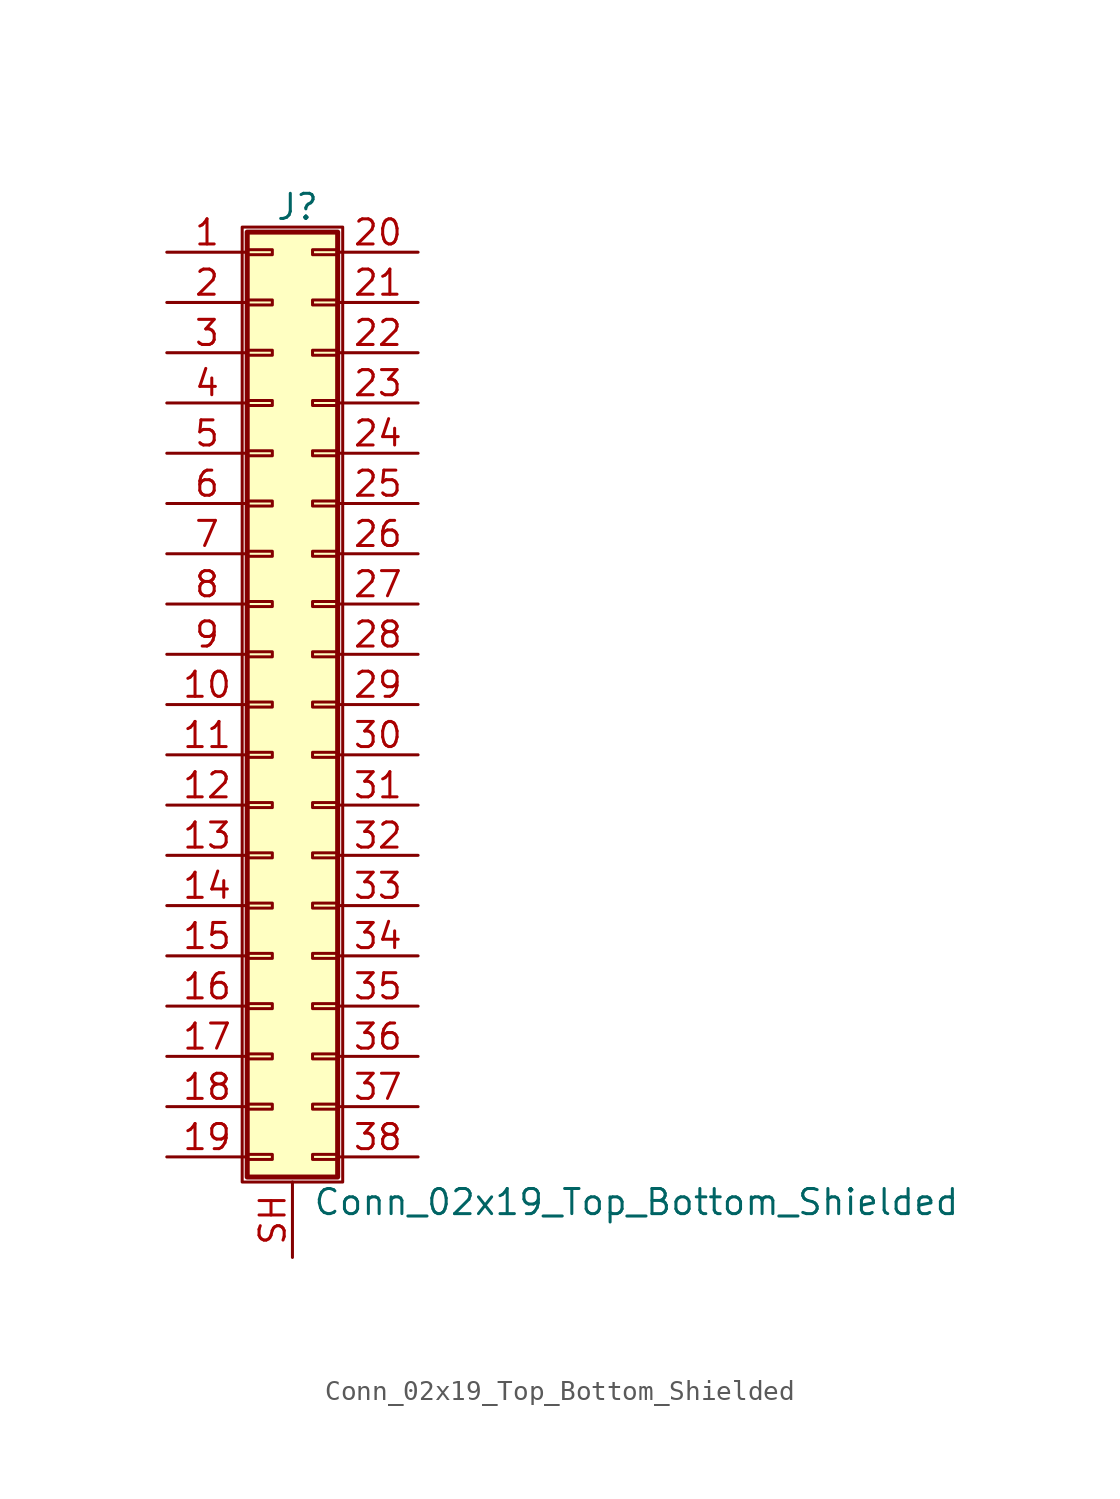
<source format=kicad_sym>
(kicad_symbol_lib
  (version 20211014)
  (generator kicad_symbol_editor)
  (symbol "Conn_02x19_Top_Bottom_Shielded"
    (pin_names
      (offset 1.016) hide)
    (property "Reference" "J"
      (at 1.524 25.146 0)
      (effects (font (size 1.27 1.27))))
    (property "Value" "Conn_02x19_Top_Bottom_Shielded"
      (at 2.286 -25.146 0)
      (effects (font (size 1.27 1.27)) (justify left)))
    (symbol "Conn_02x19_Top_Bottom_Shielded_1_1"
      (rectangle (start -1.27 24.13) (end 3.81 -24.13) (stroke (width 0.152) (type default) (color 0 0 0 0)) (fill (type none)))
      (rectangle (start -1.016 -22.733) (end 0.254 -22.987) (stroke (width 0.152) (type default) (color 0 0 0 0)) (fill (type none)))
      (rectangle (start -1.016 -20.193) (end 0.254 -20.447) (stroke (width 0.152) (type default) (color 0 0 0 0)) (fill (type none)))
      (rectangle (start -1.016 -17.653) (end 0.254 -17.907) (stroke (width 0.152) (type default) (color 0 0 0 0)) (fill (type none)))
      (rectangle (start -1.016 -15.113) (end 0.254 -15.367) (stroke (width 0.152) (type default) (color 0 0 0 0)) (fill (type none)))
      (rectangle (start -1.016 -12.573) (end 0.254 -12.827) (stroke (width 0.152) (type default) (color 0 0 0 0)) (fill (type none)))
      (rectangle (start -1.016 -10.033) (end 0.254 -10.287) (stroke (width 0.152) (type default) (color 0 0 0 0)) (fill (type none)))
      (rectangle (start -1.016 -7.493) (end 0.254 -7.747) (stroke (width 0.152) (type default) (color 0 0 0 0)) (fill (type none)))
      (rectangle (start -1.016 -4.953) (end 0.254 -5.207) (stroke (width 0.152) (type default) (color 0 0 0 0)) (fill (type none)))
      (rectangle (start -1.016 -2.413) (end 0.254 -2.667) (stroke (width 0.152) (type default) (color 0 0 0 0)) (fill (type none)))
      (rectangle (start -1.016 0.127) (end 0.254 -0.127) (stroke (width 0.152) (type default) (color 0 0 0 0)) (fill (type none)))
      (rectangle (start -1.016 2.667) (end 0.254 2.413) (stroke (width 0.152) (type default) (color 0 0 0 0)) (fill (type none)))
      (rectangle (start -1.016 5.207) (end 0.254 4.953) (stroke (width 0.152) (type default) (color 0 0 0 0)) (fill (type none)))
      (rectangle (start -1.016 7.747) (end 0.254 7.493) (stroke (width 0.152) (type default) (color 0 0 0 0)) (fill (type none)))
      (rectangle (start -1.016 10.287) (end 0.254 10.033) (stroke (width 0.152) (type default) (color 0 0 0 0)) (fill (type none)))
      (rectangle (start -1.016 12.827) (end 0.254 12.573) (stroke (width 0.152) (type default) (color 0 0 0 0)) (fill (type none)))
      (rectangle (start -1.016 15.367) (end 0.254 15.113) (stroke (width 0.152) (type default) (color 0 0 0 0)) (fill (type none)))
      (rectangle (start -1.016 17.907) (end 0.254 17.653) (stroke (width 0.152) (type default) (color 0 0 0 0)) (fill (type none)))
      (rectangle (start -1.016 20.447) (end 0.254 20.193) (stroke (width 0.152) (type default) (color 0 0 0 0)) (fill (type none)))
      (rectangle (start -1.016 22.987) (end 0.254 22.733) (stroke (width 0.152) (type default) (color 0 0 0 0)) (fill (type none)))
      (rectangle (start -1.016 23.876) (end 3.556 -23.876) (stroke (width 0.254) (type default) (color 0 0 0 0)) (fill (type background)))
      (rectangle (start 3.556 -22.733) (end 2.286 -22.987) (stroke (width 0.152) (type default) (color 0 0 0 0)) (fill (type none)))
      (rectangle (start 3.556 -20.193) (end 2.286 -20.447) (stroke (width 0.152) (type default) (color 0 0 0 0)) (fill (type none)))
      (rectangle (start 3.556 -17.653) (end 2.286 -17.907) (stroke (width 0.152) (type default) (color 0 0 0 0)) (fill (type none)))
      (rectangle (start 3.556 -15.113) (end 2.286 -15.367) (stroke (width 0.152) (type default) (color 0 0 0 0)) (fill (type none)))
      (rectangle (start 3.556 -12.573) (end 2.286 -12.827) (stroke (width 0.152) (type default) (color 0 0 0 0)) (fill (type none)))
      (rectangle (start 3.556 -10.033) (end 2.286 -10.287) (stroke (width 0.152) (type default) (color 0 0 0 0)) (fill (type none)))
      (rectangle (start 3.556 -7.493) (end 2.286 -7.747) (stroke (width 0.152) (type default) (color 0 0 0 0)) (fill (type none)))
      (rectangle (start 3.556 -4.953) (end 2.286 -5.207) (stroke (width 0.152) (type default) (color 0 0 0 0)) (fill (type none)))
      (rectangle (start 3.556 -2.413) (end 2.286 -2.667) (stroke (width 0.152) (type default) (color 0 0 0 0)) (fill (type none)))
      (rectangle (start 3.556 0.127) (end 2.286 -0.127) (stroke (width 0.152) (type default) (color 0 0 0 0)) (fill (type none)))
      (rectangle (start 3.556 2.667) (end 2.286 2.413) (stroke (width 0.152) (type default) (color 0 0 0 0)) (fill (type none)))
      (rectangle (start 3.556 5.207) (end 2.286 4.953) (stroke (width 0.152) (type default) (color 0 0 0 0)) (fill (type none)))
      (rectangle (start 3.556 7.747) (end 2.286 7.493) (stroke (width 0.152) (type default) (color 0 0 0 0)) (fill (type none)))
      (rectangle (start 3.556 10.287) (end 2.286 10.033) (stroke (width 0.152) (type default) (color 0 0 0 0)) (fill (type none)))
      (rectangle (start 3.556 12.827) (end 2.286 12.573) (stroke (width 0.152) (type default) (color 0 0 0 0)) (fill (type none)))
      (rectangle (start 3.556 15.367) (end 2.286 15.113) (stroke (width 0.152) (type default) (color 0 0 0 0)) (fill (type none)))
      (rectangle (start 3.556 17.907) (end 2.286 17.653) (stroke (width 0.152) (type default) (color 0 0 0 0)) (fill (type none)))
      (rectangle (start 3.556 20.447) (end 2.286 20.193) (stroke (width 0.152) (type default) (color 0 0 0 0)) (fill (type none)))
      (rectangle (start 3.556 22.987) (end 2.286 22.733) (stroke (width 0.152) (type default) (color 0 0 0 0)) (fill (type none)))
      (pin passive line (at -5.08 22.86 0) (length 4.064) (name "Pin_1" (effects (font (size 1.27 1.27)))) (number "1" (effects (font (size 1.27 1.27)))))
      (pin passive line (at -5.08 0 0) (length 4.064) (name "Pin_10" (effects (font (size 1.27 1.27)))) (number "10" (effects (font (size 1.27 1.27)))))
      (pin passive line (at -5.08 -2.54 0) (length 4.064) (name "Pin_11" (effects (font (size 1.27 1.27)))) (number "11" (effects (font (size 1.27 1.27)))))
      (pin passive line (at -5.08 -5.08 0) (length 4.064) (name "Pin_12" (effects (font (size 1.27 1.27)))) (number "12" (effects (font (size 1.27 1.27)))))
      (pin passive line (at -5.08 -7.62 0) (length 4.064) (name "Pin_13" (effects (font (size 1.27 1.27)))) (number "13" (effects (font (size 1.27 1.27)))))
      (pin passive line (at -5.08 -10.16 0) (length 4.064) (name "Pin_14" (effects (font (size 1.27 1.27)))) (number "14" (effects (font (size 1.27 1.27)))))
      (pin passive line (at -5.08 -12.7 0) (length 4.064) (name "Pin_15" (effects (font (size 1.27 1.27)))) (number "15" (effects (font (size 1.27 1.27)))))
      (pin passive line (at -5.08 -15.24 0) (length 4.064) (name "Pin_16" (effects (font (size 1.27 1.27)))) (number "16" (effects (font (size 1.27 1.27)))))
      (pin passive line (at -5.08 -17.78 0) (length 4.064) (name "Pin_17" (effects (font (size 1.27 1.27)))) (number "17" (effects (font (size 1.27 1.27)))))
      (pin passive line (at -5.08 -20.32 0) (length 4.064) (name "Pin_18" (effects (font (size 1.27 1.27)))) (number "18" (effects (font (size 1.27 1.27)))))
      (pin passive line (at -5.08 -22.86 0) (length 4.064) (name "Pin_19" (effects (font (size 1.27 1.27)))) (number "19" (effects (font (size 1.27 1.27)))))
      (pin passive line (at -5.08 20.32 0) (length 4.064) (name "Pin_2" (effects (font (size 1.27 1.27)))) (number "2" (effects (font (size 1.27 1.27)))))
      (pin passive line (at 7.62 22.86 180) (length 4.064) (name "Pin_20" (effects (font (size 1.27 1.27)))) (number "20" (effects (font (size 1.27 1.27)))))
      (pin passive line (at 7.62 20.32 180) (length 4.064) (name "Pin_21" (effects (font (size 1.27 1.27)))) (number "21" (effects (font (size 1.27 1.27)))))
      (pin passive line (at 7.62 17.78 180) (length 4.064) (name "Pin_22" (effects (font (size 1.27 1.27)))) (number "22" (effects (font (size 1.27 1.27)))))
      (pin passive line (at 7.62 15.24 180) (length 4.064) (name "Pin_23" (effects (font (size 1.27 1.27)))) (number "23" (effects (font (size 1.27 1.27)))))
      (pin passive line (at 7.62 12.7 180) (length 4.064) (name "Pin_24" (effects (font (size 1.27 1.27)))) (number "24" (effects (font (size 1.27 1.27)))))
      (pin passive line (at 7.62 10.16 180) (length 4.064) (name "Pin_25" (effects (font (size 1.27 1.27)))) (number "25" (effects (font (size 1.27 1.27)))))
      (pin passive line (at 7.62 7.62 180) (length 4.064) (name "Pin_26" (effects (font (size 1.27 1.27)))) (number "26" (effects (font (size 1.27 1.27)))))
      (pin passive line (at 7.62 5.08 180) (length 4.064) (name "Pin_27" (effects (font (size 1.27 1.27)))) (number "27" (effects (font (size 1.27 1.27)))))
      (pin passive line (at 7.62 2.54 180) (length 4.064) (name "Pin_28" (effects (font (size 1.27 1.27)))) (number "28" (effects (font (size 1.27 1.27)))))
      (pin passive line (at 7.62 0 180) (length 4.064) (name "Pin_29" (effects (font (size 1.27 1.27)))) (number "29" (effects (font (size 1.27 1.27)))))
      (pin passive line (at -5.08 17.78 0) (length 4.064) (name "Pin_3" (effects (font (size 1.27 1.27)))) (number "3" (effects (font (size 1.27 1.27)))))
      (pin passive line (at 7.62 -2.54 180) (length 4.064) (name "Pin_30" (effects (font (size 1.27 1.27)))) (number "30" (effects (font (size 1.27 1.27)))))
      (pin passive line (at 7.62 -5.08 180) (length 4.064) (name "Pin_31" (effects (font (size 1.27 1.27)))) (number "31" (effects (font (size 1.27 1.27)))))
      (pin passive line (at 7.62 -7.62 180) (length 4.064) (name "Pin_32" (effects (font (size 1.27 1.27)))) (number "32" (effects (font (size 1.27 1.27)))))
      (pin passive line (at 7.62 -10.16 180) (length 4.064) (name "Pin_33" (effects (font (size 1.27 1.27)))) (number "33" (effects (font (size 1.27 1.27)))))
      (pin passive line (at 7.62 -12.7 180) (length 4.064) (name "Pin_34" (effects (font (size 1.27 1.27)))) (number "34" (effects (font (size 1.27 1.27)))))
      (pin passive line (at 7.62 -15.24 180) (length 4.064) (name "Pin_35" (effects (font (size 1.27 1.27)))) (number "35" (effects (font (size 1.27 1.27)))))
      (pin passive line (at 7.62 -17.78 180) (length 4.064) (name "Pin_36" (effects (font (size 1.27 1.27)))) (number "36" (effects (font (size 1.27 1.27)))))
      (pin passive line (at 7.62 -20.32 180) (length 4.064) (name "Pin_37" (effects (font (size 1.27 1.27)))) (number "37" (effects (font (size 1.27 1.27)))))
      (pin passive line (at 7.62 -22.86 180) (length 4.064) (name "Pin_38" (effects (font (size 1.27 1.27)))) (number "38" (effects (font (size 1.27 1.27)))))
      (pin passive line (at -5.08 15.24 0) (length 4.064) (name "Pin_4" (effects (font (size 1.27 1.27)))) (number "4" (effects (font (size 1.27 1.27)))))
      (pin passive line (at -5.08 12.7 0) (length 4.064) (name "Pin_5" (effects (font (size 1.27 1.27)))) (number "5" (effects (font (size 1.27 1.27)))))
      (pin passive line (at -5.08 10.16 0) (length 4.064) (name "Pin_6" (effects (font (size 1.27 1.27)))) (number "6" (effects (font (size 1.27 1.27)))))
      (pin passive line (at -5.08 7.62 0) (length 4.064) (name "Pin_7" (effects (font (size 1.27 1.27)))) (number "7" (effects (font (size 1.27 1.27)))))
      (pin passive line (at -5.08 5.08 0) (length 4.064) (name "Pin_8" (effects (font (size 1.27 1.27)))) (number "8" (effects (font (size 1.27 1.27)))))
      (pin passive line (at -5.08 2.54 0) (length 4.064) (name "Pin_9" (effects (font (size 1.27 1.27)))) (number "9" (effects (font (size 1.27 1.27)))))
      (pin passive line (at 1.27 -27.94 90) (length 3.81) (name "Shield" (effects (font (size 1.27 1.27)))) (number "SH" (effects (font (size 1.27 1.27))))))))
</source>
